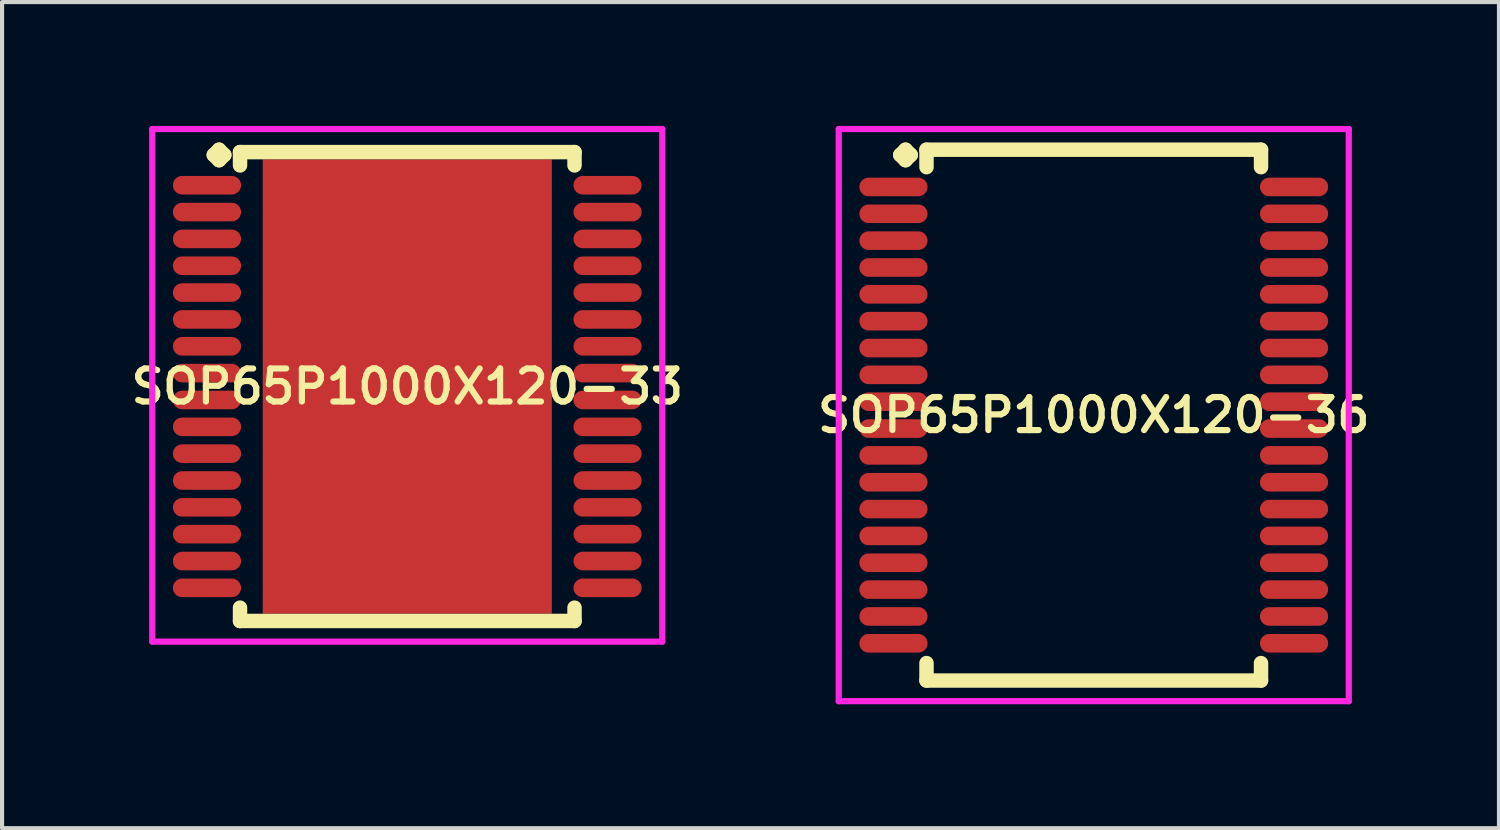
<source format=kicad_pcb>
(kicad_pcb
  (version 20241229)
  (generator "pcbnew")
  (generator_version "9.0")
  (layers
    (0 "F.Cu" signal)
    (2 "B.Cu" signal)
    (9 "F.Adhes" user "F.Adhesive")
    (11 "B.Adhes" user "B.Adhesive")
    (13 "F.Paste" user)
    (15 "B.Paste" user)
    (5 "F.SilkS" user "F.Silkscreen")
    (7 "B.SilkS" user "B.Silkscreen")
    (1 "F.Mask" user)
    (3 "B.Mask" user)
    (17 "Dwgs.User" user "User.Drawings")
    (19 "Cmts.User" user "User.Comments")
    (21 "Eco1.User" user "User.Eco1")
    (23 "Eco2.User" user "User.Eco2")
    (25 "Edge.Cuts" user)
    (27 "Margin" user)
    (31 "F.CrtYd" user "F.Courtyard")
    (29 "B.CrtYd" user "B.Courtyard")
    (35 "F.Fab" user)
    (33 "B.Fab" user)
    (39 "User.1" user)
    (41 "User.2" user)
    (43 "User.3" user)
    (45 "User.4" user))
  (footprint "SOP65P1000X120-33"
    (layer "F.Cu")
    (at 6.812 6.31)
    (property "Reference" "SOP65P1000X120-33" (at 0 0 0) (layer "F.SilkS") (effects (font (size 0.8 0.8) (thickness 0.15))))
    (attr smd)
    (fp_line (start -4.685 -5.608) (end -4.558 -5.735) (stroke (width 0.35) (type solid)) (layer "F.SilkS"))
    (fp_line (start -4.558 -5.735) (end -4.431 -5.608) (stroke (width 0.35) (type solid)) (layer "F.SilkS"))
    (fp_line (start -4.558 -5.481) (end -4.685 -5.608) (stroke (width 0.35) (type solid)) (layer "F.SilkS"))
    (fp_line (start -4.431 -5.608) (end -4.558 -5.481) (stroke (width 0.35) (type solid)) (layer "F.SilkS"))
    (fp_line (start -4.05 -5.677) (end 4.05 -5.677) (stroke (width 0.35) (type solid)) (layer "F.SilkS"))
    (fp_line (start -4.05 -5.354) (end -4.05 -5.677) (stroke (width 0.35) (type solid)) (layer "F.SilkS"))
    (fp_line (start -4.05 5.354) (end -4.05 5.677) (stroke (width 0.35) (type solid)) (layer "F.SilkS"))
    (fp_line (start -4.05 5.677) (end 4.05 5.677) (stroke (width 0.35) (type solid)) (layer "F.SilkS"))
    (fp_line (start 4.05 -5.677) (end 4.05 -5.354) (stroke (width 0.35) (type solid)) (layer "F.SilkS"))
    (fp_line (start 4.05 5.677) (end 4.05 5.354) (stroke (width 0.35) (type solid)) (layer "F.SilkS"))
    (fp_line (start -6.175 -6.235) (end 6.175 -6.235) (stroke (width 0.15) (type solid)) (layer "F.CrtYd"))
    (fp_line (start -6.175 6.177) (end -6.175 -6.235) (stroke (width 0.15) (type solid)) (layer "F.CrtYd"))
    (fp_line (start 6.175 -6.235) (end 6.175 6.177) (stroke (width 0.15) (type solid)) (layer "F.CrtYd"))
    (fp_line (start 6.175 6.177) (end -6.175 6.177) (stroke (width 0.15) (type solid)) (layer "F.CrtYd"))
    (pad "1" smd oval (at -4.85 -4.875) (size 1.65 0.45) (layers "F.Cu" "F.Mask" "F.Paste"))
    (pad "2" smd oval (at -4.85 -4.225) (size 1.65 0.45) (layers "F.Cu" "F.Mask" "F.Paste"))
    (pad "3" smd oval (at -4.85 -3.575) (size 1.65 0.45) (layers "F.Cu" "F.Mask" "F.Paste"))
    (pad "4" smd oval (at -4.85 -2.925) (size 1.65 0.45) (layers "F.Cu" "F.Mask" "F.Paste"))
    (pad "5" smd oval (at -4.85 -2.275) (size 1.65 0.45) (layers "F.Cu" "F.Mask" "F.Paste"))
    (pad "6" smd oval (at -4.85 -1.625) (size 1.65 0.45) (layers "F.Cu" "F.Mask" "F.Paste"))
    (pad "7" smd oval (at -4.85 -0.975) (size 1.65 0.45) (layers "F.Cu" "F.Mask" "F.Paste"))
    (pad "8" smd oval (at -4.85 -0.325) (size 1.65 0.45) (layers "F.Cu" "F.Mask" "F.Paste"))
    (pad "9" smd oval (at -4.85 0.325) (size 1.65 0.45) (layers "F.Cu" "F.Mask" "F.Paste"))
    (pad "10" smd oval (at -4.85 0.975) (size 1.65 0.45) (layers "F.Cu" "F.Mask" "F.Paste"))
    (pad "11" smd oval (at -4.85 1.625) (size 1.65 0.45) (layers "F.Cu" "F.Mask" "F.Paste"))
    (pad "12" smd oval (at -4.85 2.275) (size 1.65 0.45) (layers "F.Cu" "F.Mask" "F.Paste"))
    (pad "13" smd oval (at -4.85 2.925) (size 1.65 0.45) (layers "F.Cu" "F.Mask" "F.Paste"))
    (pad "14" smd oval (at -4.85 3.575) (size 1.65 0.45) (layers "F.Cu" "F.Mask" "F.Paste"))
    (pad "15" smd oval (at -4.85 4.225) (size 1.65 0.45) (layers "F.Cu" "F.Mask" "F.Paste"))
    (pad "16" smd oval (at -4.85 4.875) (size 1.65 0.45) (layers "F.Cu" "F.Mask" "F.Paste"))
    (pad "17" smd oval (at 4.85 4.875) (size 1.65 0.45) (layers "F.Cu" "F.Mask" "F.Paste"))
    (pad "18" smd oval (at 4.85 4.225) (size 1.65 0.45) (layers "F.Cu" "F.Mask" "F.Paste"))
    (pad "19" smd oval (at 4.85 3.575) (size 1.65 0.45) (layers "F.Cu" "F.Mask" "F.Paste"))
    (pad "20" smd oval (at 4.85 2.925) (size 1.65 0.45) (layers "F.Cu" "F.Mask" "F.Paste"))
    (pad "21" smd oval (at 4.85 2.275) (size 1.65 0.45) (layers "F.Cu" "F.Mask" "F.Paste"))
    (pad "22" smd oval (at 4.85 1.625) (size 1.65 0.45) (layers "F.Cu" "F.Mask" "F.Paste"))
    (pad "23" smd oval (at 4.85 0.975) (size 1.65 0.45) (layers "F.Cu" "F.Mask" "F.Paste"))
    (pad "24" smd oval (at 4.85 0.325) (size 1.65 0.45) (layers "F.Cu" "F.Mask" "F.Paste"))
    (pad "25" smd oval (at 4.85 -0.325) (size 1.65 0.45) (layers "F.Cu" "F.Mask" "F.Paste"))
    (pad "26" smd oval (at 4.85 -0.975) (size 1.65 0.45) (layers "F.Cu" "F.Mask" "F.Paste"))
    (pad "27" smd oval (at 4.85 -1.625) (size 1.65 0.45) (layers "F.Cu" "F.Mask" "F.Paste"))
    (pad "28" smd oval (at 4.85 -2.275) (size 1.65 0.45) (layers "F.Cu" "F.Mask" "F.Paste"))
    (pad "29" smd oval (at 4.85 -2.925) (size 1.65 0.45) (layers "F.Cu" "F.Mask" "F.Paste"))
    (pad "30" smd oval (at 4.85 -3.575) (size 1.65 0.45) (layers "F.Cu" "F.Mask" "F.Paste"))
    (pad "31" smd oval (at 4.85 -4.225) (size 1.65 0.45) (layers "F.Cu" "F.Mask" "F.Paste"))
    (pad "32" smd oval (at 4.85 -4.875) (size 1.65 0.45) (layers "F.Cu" "F.Mask" "F.Paste"))
    (pad "33" smd rect (at 0 0) (size 7 11) (layers "F.Cu" "F.Mask" "F.Paste")))
  (footprint "SOP65P1000X120-36"
    (layer "F.Cu")
    (at 23.435 7.002)
    (property "Reference" "SOP65P1000X120-36" (at 0 0 0) (layer "F.SilkS") (effects (font (size 0.8 0.8) (thickness 0.15))))
    (attr smd)
    (fp_line (start -4.685 -6.3) (end -4.558 -6.427) (stroke (width 0.35) (type solid)) (layer "F.SilkS"))
    (fp_line (start -4.558 -6.427) (end -4.431 -6.3) (stroke (width 0.35) (type solid)) (layer "F.SilkS"))
    (fp_line (start -4.558 -6.173) (end -4.685 -6.3) (stroke (width 0.35) (type solid)) (layer "F.SilkS"))
    (fp_line (start -4.431 -6.3) (end -4.558 -6.173) (stroke (width 0.35) (type solid)) (layer "F.SilkS"))
    (fp_line (start -4.05 -6.427) (end 4.05 -6.427) (stroke (width 0.35) (type solid)) (layer "F.SilkS"))
    (fp_line (start -4.05 -6.004) (end -4.05 -6.427) (stroke (width 0.35) (type solid)) (layer "F.SilkS"))
    (fp_line (start -4.05 6.004) (end -4.05 6.427) (stroke (width 0.35) (type solid)) (layer "F.SilkS"))
    (fp_line (start -4.05 6.427) (end 4.05 6.427) (stroke (width 0.35) (type solid)) (layer "F.SilkS"))
    (fp_line (start 4.05 -6.427) (end 4.05 -6.004) (stroke (width 0.35) (type solid)) (layer "F.SilkS"))
    (fp_line (start 4.05 6.427) (end 4.05 6.004) (stroke (width 0.35) (type solid)) (layer "F.SilkS"))
    (fp_line (start -6.175 -6.927) (end 6.175 -6.927) (stroke (width 0.15) (type solid)) (layer "F.CrtYd"))
    (fp_line (start -6.175 6.927) (end -6.175 -6.927) (stroke (width 0.15) (type solid)) (layer "F.CrtYd"))
    (fp_line (start 6.175 -6.927) (end 6.175 6.927) (stroke (width 0.15) (type solid)) (layer "F.CrtYd"))
    (fp_line (start 6.175 6.927) (end -6.175 6.927) (stroke (width 0.15) (type solid)) (layer "F.CrtYd"))
    (pad "1" smd oval (at -4.85 -5.525) (size 1.65 0.45) (layers "F.Cu" "F.Mask" "F.Paste"))
    (pad "2" smd oval (at -4.85 -4.875) (size 1.65 0.45) (layers "F.Cu" "F.Mask" "F.Paste"))
    (pad "3" smd oval (at -4.85 -4.225) (size 1.65 0.45) (layers "F.Cu" "F.Mask" "F.Paste"))
    (pad "4" smd oval (at -4.85 -3.575) (size 1.65 0.45) (layers "F.Cu" "F.Mask" "F.Paste"))
    (pad "5" smd oval (at -4.85 -2.925) (size 1.65 0.45) (layers "F.Cu" "F.Mask" "F.Paste"))
    (pad "6" smd oval (at -4.85 -2.275) (size 1.65 0.45) (layers "F.Cu" "F.Mask" "F.Paste"))
    (pad "7" smd oval (at -4.85 -1.625) (size 1.65 0.45) (layers "F.Cu" "F.Mask" "F.Paste"))
    (pad "8" smd oval (at -4.85 -0.975) (size 1.65 0.45) (layers "F.Cu" "F.Mask" "F.Paste"))
    (pad "9" smd oval (at -4.85 -0.325) (size 1.65 0.45) (layers "F.Cu" "F.Mask" "F.Paste"))
    (pad "10" smd oval (at -4.85 0.325) (size 1.65 0.45) (layers "F.Cu" "F.Mask" "F.Paste"))
    (pad "11" smd oval (at -4.85 0.975) (size 1.65 0.45) (layers "F.Cu" "F.Mask" "F.Paste"))
    (pad "12" smd oval (at -4.85 1.625) (size 1.65 0.45) (layers "F.Cu" "F.Mask" "F.Paste"))
    (pad "13" smd oval (at -4.85 2.275) (size 1.65 0.45) (layers "F.Cu" "F.Mask" "F.Paste"))
    (pad "14" smd oval (at -4.85 2.925) (size 1.65 0.45) (layers "F.Cu" "F.Mask" "F.Paste"))
    (pad "15" smd oval (at -4.85 3.575) (size 1.65 0.45) (layers "F.Cu" "F.Mask" "F.Paste"))
    (pad "16" smd oval (at -4.85 4.225) (size 1.65 0.45) (layers "F.Cu" "F.Mask" "F.Paste"))
    (pad "17" smd oval (at -4.85 4.875) (size 1.65 0.45) (layers "F.Cu" "F.Mask" "F.Paste"))
    (pad "18" smd oval (at -4.85 5.525) (size 1.65 0.45) (layers "F.Cu" "F.Mask" "F.Paste"))
    (pad "19" smd oval (at 4.85 5.525) (size 1.65 0.45) (layers "F.Cu" "F.Mask" "F.Paste"))
    (pad "20" smd oval (at 4.85 4.875) (size 1.65 0.45) (layers "F.Cu" "F.Mask" "F.Paste"))
    (pad "21" smd oval (at 4.85 4.225) (size 1.65 0.45) (layers "F.Cu" "F.Mask" "F.Paste"))
    (pad "22" smd oval (at 4.85 3.575) (size 1.65 0.45) (layers "F.Cu" "F.Mask" "F.Paste"))
    (pad "23" smd oval (at 4.85 2.925) (size 1.65 0.45) (layers "F.Cu" "F.Mask" "F.Paste"))
    (pad "24" smd oval (at 4.85 2.275) (size 1.65 0.45) (layers "F.Cu" "F.Mask" "F.Paste"))
    (pad "25" smd oval (at 4.85 1.625) (size 1.65 0.45) (layers "F.Cu" "F.Mask" "F.Paste"))
    (pad "26" smd oval (at 4.85 0.975) (size 1.65 0.45) (layers "F.Cu" "F.Mask" "F.Paste"))
    (pad "27" smd oval (at 4.85 0.325) (size 1.65 0.45) (layers "F.Cu" "F.Mask" "F.Paste"))
    (pad "28" smd oval (at 4.85 -0.325) (size 1.65 0.45) (layers "F.Cu" "F.Mask" "F.Paste"))
    (pad "29" smd oval (at 4.85 -0.975) (size 1.65 0.45) (layers "F.Cu" "F.Mask" "F.Paste"))
    (pad "30" smd oval (at 4.85 -1.625) (size 1.65 0.45) (layers "F.Cu" "F.Mask" "F.Paste"))
    (pad "31" smd oval (at 4.85 -2.275) (size 1.65 0.45) (layers "F.Cu" "F.Mask" "F.Paste"))
    (pad "32" smd oval (at 4.85 -2.925) (size 1.65 0.45) (layers "F.Cu" "F.Mask" "F.Paste"))
    (pad "33" smd oval (at 4.85 -3.575) (size 1.65 0.45) (layers "F.Cu" "F.Mask" "F.Paste"))
    (pad "34" smd oval (at 4.85 -4.225) (size 1.65 0.45) (layers "F.Cu" "F.Mask" "F.Paste"))
    (pad "35" smd oval (at 4.85 -4.875) (size 1.65 0.45) (layers "F.Cu" "F.Mask" "F.Paste"))
    (pad "36" smd oval (at 4.85 -5.525) (size 1.65 0.45) (layers "F.Cu" "F.Mask" "F.Paste")))
  (gr_rect
    (start -3 -3)
    (end 33.247 17.004)
    (stroke (width 0.1) (type default))
    (fill no)
    (layer "Edge.Cuts")))
</source>
